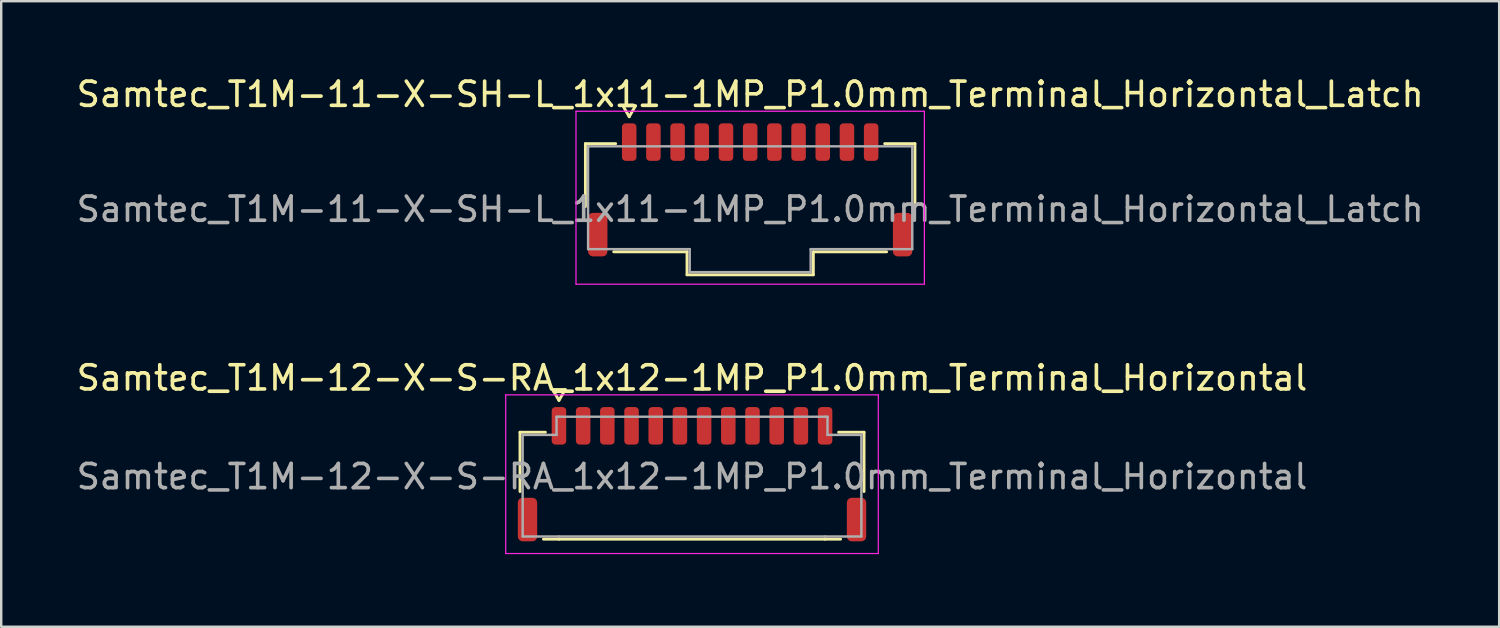
<source format=kicad_pcb>
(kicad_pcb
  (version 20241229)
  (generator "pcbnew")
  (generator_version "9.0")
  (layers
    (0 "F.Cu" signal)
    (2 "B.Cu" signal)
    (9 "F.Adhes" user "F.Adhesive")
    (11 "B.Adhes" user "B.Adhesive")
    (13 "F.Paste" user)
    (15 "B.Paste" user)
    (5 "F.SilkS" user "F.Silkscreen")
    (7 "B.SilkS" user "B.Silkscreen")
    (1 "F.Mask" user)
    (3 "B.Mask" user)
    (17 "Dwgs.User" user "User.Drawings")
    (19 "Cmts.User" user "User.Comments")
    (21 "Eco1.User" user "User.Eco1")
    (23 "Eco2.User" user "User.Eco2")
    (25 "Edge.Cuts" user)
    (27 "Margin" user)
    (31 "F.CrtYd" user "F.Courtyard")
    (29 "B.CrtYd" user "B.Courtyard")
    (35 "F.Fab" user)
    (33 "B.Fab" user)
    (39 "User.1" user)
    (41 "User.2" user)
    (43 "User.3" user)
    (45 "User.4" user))
  (footprint "Samtec_T1M-11-X-SH-L_1x11-1MP_P1.0mm_Terminal_Horizontal_Latch"
    (layer "F.Cu")
    (at 27.958 5.598)
    (property "Reference" "Samtec_T1M-11-X-SH-L_1x11-1MP_P1.0mm_Terminal_Horizontal_Latch" (at 0 -4.75 0) (layer "F.SilkS") (effects (font (size 1 1) (thickness 0.15))))
    (attr smd)
    (fp_line (start -6.81 -2.71) (end -5.56 -2.71) (stroke (width 0.12) (type solid)) (layer "F.SilkS"))
    (fp_line (start -6.81 -0.11) (end -6.81 -2.71) (stroke (width 0.12) (type solid)) (layer "F.SilkS"))
    (fp_line (start -5.26 -4.275) (end -5 -3.825) (stroke (width 0.12) (type solid)) (layer "F.SilkS"))
    (fp_line (start -5 -3.825) (end -4.74 -4.275) (stroke (width 0.12) (type solid)) (layer "F.SilkS"))
    (fp_line (start -4.74 -4.275) (end -5.26 -4.275) (stroke (width 0.12) (type solid)) (layer "F.SilkS"))
    (fp_line (start -2.61 1.76) (end -5.64 1.76) (stroke (width 0.12) (type solid)) (layer "F.SilkS"))
    (fp_line (start -2.61 2.71) (end -2.61 1.76) (stroke (width 0.12) (type solid)) (layer "F.SilkS"))
    (fp_line (start 2.61 1.76) (end 2.61 2.71) (stroke (width 0.12) (type solid)) (layer "F.SilkS"))
    (fp_line (start 2.61 2.71) (end -2.61 2.71) (stroke (width 0.12) (type solid)) (layer "F.SilkS"))
    (fp_line (start 5.56 -2.71) (end 6.81 -2.71) (stroke (width 0.12) (type solid)) (layer "F.SilkS"))
    (fp_line (start 5.64 1.76) (end 2.61 1.76) (stroke (width 0.12) (type solid)) (layer "F.SilkS"))
    (fp_line (start 6.81 -2.71) (end 6.81 -0.11) (stroke (width 0.12) (type solid)) (layer "F.SilkS"))
    (fp_line (start -7.2 -4.05) (end -7.2 3.1) (stroke (width 0.05) (type solid)) (layer "F.CrtYd"))
    (fp_line (start -7.2 3.1) (end 7.2 3.1) (stroke (width 0.05) (type solid)) (layer "F.CrtYd"))
    (fp_line (start 7.2 -4.05) (end -7.2 -4.05) (stroke (width 0.05) (type solid)) (layer "F.CrtYd"))
    (fp_line (start 7.2 3.1) (end 7.2 -4.05) (stroke (width 0.05) (type solid)) (layer "F.CrtYd"))
    (fp_line (start -6.7 -2.6) (end 6.7 -2.6) (stroke (width 0.1) (type solid)) (layer "F.Fab"))
    (fp_line (start -6.7 1.65) (end -6.7 -2.6) (stroke (width 0.1) (type solid)) (layer "F.Fab"))
    (fp_line (start -2.5 1.65) (end -6.7 1.65) (stroke (width 0.1) (type solid)) (layer "F.Fab"))
    (fp_line (start -2.5 2.6) (end -2.5 1.65) (stroke (width 0.1) (type solid)) (layer "F.Fab"))
    (fp_line (start 2.5 1.65) (end 2.5 2.6) (stroke (width 0.1) (type solid)) (layer "F.Fab"))
    (fp_line (start 2.5 2.6) (end -2.5 2.6) (stroke (width 0.1) (type solid)) (layer "F.Fab"))
    (fp_line (start 6.7 -2.6) (end 6.7 1.65) (stroke (width 0.1) (type solid)) (layer "F.Fab"))
    (fp_line (start 6.7 1.65) (end 2.5 1.65) (stroke (width 0.1) (type solid)) (layer "F.Fab"))
    (fp_text user "${REFERENCE}" (at 0 0 0) (layer "F.Fab") (effects (font (size 1 1) (thickness 0.15))))
    (pad "1" smd roundrect (at -5 -2.775) (size 0.6 1.55) (layers "F.Cu" "F.Mask" "F.Paste") (roundrect_rratio 0.25))
    (pad "2" smd roundrect (at -4 -2.775) (size 0.6 1.55) (layers "F.Cu" "F.Mask" "F.Paste") (roundrect_rratio 0.25))
    (pad "3" smd roundrect (at -3 -2.775) (size 0.6 1.55) (layers "F.Cu" "F.Mask" "F.Paste") (roundrect_rratio 0.25))
    (pad "4" smd roundrect (at -2 -2.775) (size 0.6 1.55) (layers "F.Cu" "F.Mask" "F.Paste") (roundrect_rratio 0.25))
    (pad "5" smd roundrect (at -1 -2.775) (size 0.6 1.55) (layers "F.Cu" "F.Mask" "F.Paste") (roundrect_rratio 0.25))
    (pad "6" smd roundrect (at 0 -2.775) (size 0.6 1.55) (layers "F.Cu" "F.Mask" "F.Paste") (roundrect_rratio 0.25))
    (pad "7" smd roundrect (at 1 -2.775) (size 0.6 1.55) (layers "F.Cu" "F.Mask" "F.Paste") (roundrect_rratio 0.25))
    (pad "8" smd roundrect (at 2 -2.775) (size 0.6 1.55) (layers "F.Cu" "F.Mask" "F.Paste") (roundrect_rratio 0.25))
    (pad "9" smd roundrect (at 3 -2.775) (size 0.6 1.55) (layers "F.Cu" "F.Mask" "F.Paste") (roundrect_rratio 0.25))
    (pad "10" smd roundrect (at 4 -2.775) (size 0.6 1.55) (layers "F.Cu" "F.Mask" "F.Paste") (roundrect_rratio 0.25))
    (pad "11" smd roundrect (at 5 -2.775) (size 0.6 1.55) (layers "F.Cu" "F.Mask" "F.Paste") (roundrect_rratio 0.25))
    (pad "MP" smd roundrect (at -6.3 1.05) (size 0.8 1.8) (layers "F.Cu" "F.Mask" "F.Paste") (roundrect_rratio 0.25))
    (pad "MP" smd roundrect (at 6.3 1.05) (size 0.8 1.8) (layers "F.Cu" "F.Mask" "F.Paste") (roundrect_rratio 0.25)))
  (footprint "Samtec_T1M-12-X-S-RA_1x12-1MP_P1.0mm_Terminal_Horizontal"
    (layer "F.Cu")
    (at 25.554 16.651)
    (property "Reference" "Samtec_T1M-12-X-S-RA_1x12-1MP_P1.0mm_Terminal_Horizontal" (at 0 -4.08 0) (layer "F.SilkS") (effects (font (size 1 1) (thickness 0.15))))
    (attr smd)
    (fp_line (start -7.11 -1.835) (end -6.06 -1.835) (stroke (width 0.12) (type solid)) (layer "F.SilkS"))
    (fp_line (start -7.11 0.615) (end -7.11 -1.835) (stroke (width 0.12) (type solid)) (layer "F.SilkS"))
    (fp_line (start -5.76 -3.6) (end -5.5 -3.15) (stroke (width 0.12) (type solid)) (layer "F.SilkS"))
    (fp_line (start -5.5 -3.15) (end -5.24 -3.6) (stroke (width 0.12) (type solid)) (layer "F.SilkS"))
    (fp_line (start -5.5 2.585) (end -6.14 2.585) (stroke (width 0.12) (type solid)) (layer "F.SilkS"))
    (fp_line (start -5.24 -3.6) (end -5.76 -3.6) (stroke (width 0.12) (type solid)) (layer "F.SilkS"))
    (fp_line (start 5.5 2.585) (end -5.5 2.585) (stroke (width 0.12) (type solid)) (layer "F.SilkS"))
    (fp_line (start 6.06 -1.835) (end 7.11 -1.835) (stroke (width 0.12) (type solid)) (layer "F.SilkS"))
    (fp_line (start 6.14 2.585) (end 5.5 2.585) (stroke (width 0.12) (type solid)) (layer "F.SilkS"))
    (fp_line (start 7.11 -1.835) (end 7.11 0.615) (stroke (width 0.12) (type solid)) (layer "F.SilkS"))
    (fp_line (start -7.7 -3.38) (end -7.7 3.18) (stroke (width 0.05) (type solid)) (layer "F.CrtYd"))
    (fp_line (start -7.7 3.18) (end 7.7 3.18) (stroke (width 0.05) (type solid)) (layer "F.CrtYd"))
    (fp_line (start 7.7 -3.38) (end -7.7 -3.38) (stroke (width 0.05) (type solid)) (layer "F.CrtYd"))
    (fp_line (start 7.7 3.18) (end 7.7 -3.38) (stroke (width 0.05) (type solid)) (layer "F.CrtYd"))
    (fp_line (start -7 -1.725) (end -5.6 -1.725) (stroke (width 0.1) (type solid)) (layer "F.Fab"))
    (fp_line (start -7 2.475) (end -7 -1.725) (stroke (width 0.1) (type solid)) (layer "F.Fab"))
    (fp_line (start -5.6 -2.475) (end -5.5 -2.475) (stroke (width 0.1) (type solid)) (layer "F.Fab"))
    (fp_line (start -5.6 -1.725) (end -5.6 -2.475) (stroke (width 0.1) (type solid)) (layer "F.Fab"))
    (fp_line (start -5.5 -2.475) (end 5.5 -2.475) (stroke (width 0.1) (type solid)) (layer "F.Fab"))
    (fp_line (start -5.5 2.475) (end -7 2.475) (stroke (width 0.1) (type solid)) (layer "F.Fab"))
    (fp_line (start 5.5 -2.475) (end 5.6 -2.475) (stroke (width 0.1) (type solid)) (layer "F.Fab"))
    (fp_line (start 5.5 2.475) (end -5.5 2.475) (stroke (width 0.1) (type solid)) (layer "F.Fab"))
    (fp_line (start 5.6 -2.475) (end 5.6 -1.725) (stroke (width 0.1) (type solid)) (layer "F.Fab"))
    (fp_line (start 5.6 -1.725) (end 7 -1.725) (stroke (width 0.1) (type solid)) (layer "F.Fab"))
    (fp_line (start 7 -1.725) (end 7 2.475) (stroke (width 0.1) (type solid)) (layer "F.Fab"))
    (fp_line (start 7 2.475) (end 5.5 2.475) (stroke (width 0.1) (type solid)) (layer "F.Fab"))
    (fp_text user "${REFERENCE}" (at 0 0 0) (layer "F.Fab") (effects (font (size 1 1) (thickness 0.15))))
    (pad "1" smd roundrect (at -5.5 -2.1) (size 0.6 1.55) (layers "F.Cu" "F.Mask" "F.Paste") (roundrect_rratio 0.25))
    (pad "2" smd roundrect (at -4.5 -2.1) (size 0.6 1.55) (layers "F.Cu" "F.Mask" "F.Paste") (roundrect_rratio 0.25))
    (pad "3" smd roundrect (at -3.5 -2.1) (size 0.6 1.55) (layers "F.Cu" "F.Mask" "F.Paste") (roundrect_rratio 0.25))
    (pad "4" smd roundrect (at -2.5 -2.1) (size 0.6 1.55) (layers "F.Cu" "F.Mask" "F.Paste") (roundrect_rratio 0.25))
    (pad "5" smd roundrect (at -1.5 -2.1) (size 0.6 1.55) (layers "F.Cu" "F.Mask" "F.Paste") (roundrect_rratio 0.25))
    (pad "6" smd roundrect (at -0.5 -2.1) (size 0.6 1.55) (layers "F.Cu" "F.Mask" "F.Paste") (roundrect_rratio 0.25))
    (pad "7" smd roundrect (at 0.5 -2.1) (size 0.6 1.55) (layers "F.Cu" "F.Mask" "F.Paste") (roundrect_rratio 0.25))
    (pad "8" smd roundrect (at 1.5 -2.1) (size 0.6 1.55) (layers "F.Cu" "F.Mask" "F.Paste") (roundrect_rratio 0.25))
    (pad "9" smd roundrect (at 2.5 -2.1) (size 0.6 1.55) (layers "F.Cu" "F.Mask" "F.Paste") (roundrect_rratio 0.25))
    (pad "10" smd roundrect (at 3.5 -2.1) (size 0.6 1.55) (layers "F.Cu" "F.Mask" "F.Paste") (roundrect_rratio 0.25))
    (pad "11" smd roundrect (at 4.5 -2.1) (size 0.6 1.55) (layers "F.Cu" "F.Mask" "F.Paste") (roundrect_rratio 0.25))
    (pad "12" smd roundrect (at 5.5 -2.1) (size 0.6 1.55) (layers "F.Cu" "F.Mask" "F.Paste") (roundrect_rratio 0.25))
    (pad "MP" smd roundrect (at -6.8 1.775) (size 0.8 1.8) (layers "F.Cu" "F.Mask" "F.Paste") (roundrect_rratio 0.25))
    (pad "MP" smd roundrect (at 6.8 1.775) (size 0.8 1.8) (layers "F.Cu" "F.Mask" "F.Paste") (roundrect_rratio 0.25)))
  (gr_rect
    (start -3 -3)
    (end 58.917 22.857)
    (stroke (width 0.1) (type default))
    (fill no)
    (layer "Edge.Cuts")))
</source>
